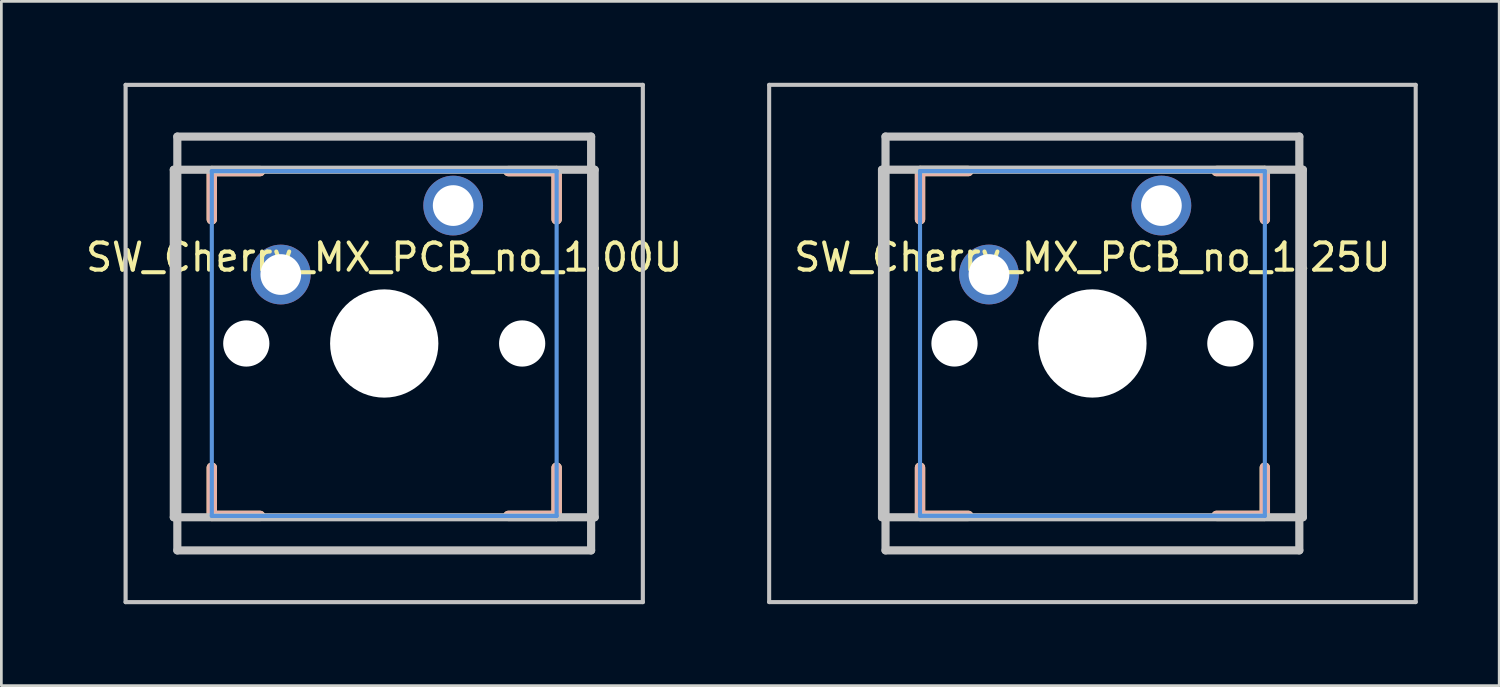
<source format=kicad_pcb>
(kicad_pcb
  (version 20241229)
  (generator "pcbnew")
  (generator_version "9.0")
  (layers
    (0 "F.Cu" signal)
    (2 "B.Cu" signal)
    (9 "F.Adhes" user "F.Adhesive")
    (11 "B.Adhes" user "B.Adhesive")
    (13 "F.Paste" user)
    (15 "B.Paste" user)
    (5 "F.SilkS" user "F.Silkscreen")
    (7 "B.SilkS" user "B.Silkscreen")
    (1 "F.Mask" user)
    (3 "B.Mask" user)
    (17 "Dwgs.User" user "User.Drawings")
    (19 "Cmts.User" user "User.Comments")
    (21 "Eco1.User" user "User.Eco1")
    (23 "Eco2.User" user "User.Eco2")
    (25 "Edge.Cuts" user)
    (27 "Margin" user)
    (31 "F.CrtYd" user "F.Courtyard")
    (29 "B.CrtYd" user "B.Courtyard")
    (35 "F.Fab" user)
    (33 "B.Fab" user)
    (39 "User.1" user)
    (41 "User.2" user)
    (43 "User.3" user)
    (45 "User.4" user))
  (footprint "SW_Cherry_MX_PCB_no_1.00U"
    (layer "F.Cu")
    (at 11.101 9.601)
    (property "Reference" "SW_Cherry_MX_PCB_no_1.00U" (at 0 -3.175 0) (layer "F.SilkS") (effects (font (size 1 1) (thickness 0.15))))
    (attr exclude_from_pos_files exclude_from_bom)
    (fp_line (start -6.35 -6.35) (end -4.572 -6.35) (stroke (width 0.381) (type solid)) (layer "F.SilkS"))
    (fp_line (start -6.35 -4.572) (end -6.35 -6.35) (stroke (width 0.381) (type solid)) (layer "F.SilkS"))
    (fp_line (start -6.35 6.35) (end -6.35 4.572) (stroke (width 0.381) (type solid)) (layer "F.SilkS"))
    (fp_line (start -4.572 6.35) (end -6.35 6.35) (stroke (width 0.381) (type solid)) (layer "F.SilkS"))
    (fp_line (start 4.572 -6.35) (end 6.35 -6.35) (stroke (width 0.381) (type solid)) (layer "F.SilkS"))
    (fp_line (start 6.35 -6.35) (end 6.35 -4.572) (stroke (width 0.381) (type solid)) (layer "F.SilkS"))
    (fp_line (start 6.35 4.572) (end 6.35 6.35) (stroke (width 0.381) (type solid)) (layer "F.SilkS"))
    (fp_line (start 6.35 6.35) (end 4.572 6.35) (stroke (width 0.381) (type solid)) (layer "F.SilkS"))
    (fp_line (start -6.35 -6.35) (end -6.35 -4.572) (stroke (width 0.381) (type solid)) (layer "B.SilkS"))
    (fp_line (start -6.35 4.572) (end -6.35 6.35) (stroke (width 0.381) (type solid)) (layer "B.SilkS"))
    (fp_line (start -6.35 6.35) (end -4.572 6.35) (stroke (width 0.381) (type solid)) (layer "B.SilkS"))
    (fp_line (start -4.572 -6.35) (end -6.35 -6.35) (stroke (width 0.381) (type solid)) (layer "B.SilkS"))
    (fp_line (start 4.572 6.35) (end 6.35 6.35) (stroke (width 0.381) (type solid)) (layer "B.SilkS"))
    (fp_line (start 6.35 -6.35) (end 4.572 -6.35) (stroke (width 0.381) (type solid)) (layer "B.SilkS"))
    (fp_line (start 6.35 -4.572) (end 6.35 -6.35) (stroke (width 0.381) (type solid)) (layer "B.SilkS"))
    (fp_line (start 6.35 6.35) (end 6.35 4.572) (stroke (width 0.381) (type solid)) (layer "B.SilkS"))
    (fp_line (start -9.525 -9.525) (end 9.525 -9.525) (stroke (width 0.152) (type solid)) (layer "Dwgs.User"))
    (fp_line (start -9.525 9.525) (end -9.525 -9.525) (stroke (width 0.152) (type solid)) (layer "Dwgs.User"))
    (fp_line (start -7.75 6.4) (end -7.75 -6.4) (stroke (width 0.3) (type solid)) (layer "Dwgs.User"))
    (fp_line (start -7.75 6.4) (end 7.75 6.4) (stroke (width 0.3) (type solid)) (layer "Dwgs.User"))
    (fp_line (start -7.62 -7.62) (end 7.62 -7.62) (stroke (width 0.3) (type solid)) (layer "Dwgs.User"))
    (fp_line (start -7.62 7.62) (end -7.62 -7.62) (stroke (width 0.3) (type solid)) (layer "Dwgs.User"))
    (fp_line (start 7.62 -7.62) (end 7.62 7.62) (stroke (width 0.3) (type solid)) (layer "Dwgs.User"))
    (fp_line (start 7.62 7.62) (end -7.62 7.62) (stroke (width 0.3) (type solid)) (layer "Dwgs.User"))
    (fp_line (start 7.75 -6.4) (end -7.75 -6.4) (stroke (width 0.3) (type solid)) (layer "Dwgs.User"))
    (fp_line (start 7.75 6.4) (end 7.75 -6.4) (stroke (width 0.3) (type solid)) (layer "Dwgs.User"))
    (fp_line (start 9.525 -9.525) (end 9.525 9.525) (stroke (width 0.152) (type solid)) (layer "Dwgs.User"))
    (fp_line (start 9.525 9.525) (end -9.525 9.525) (stroke (width 0.152) (type solid)) (layer "Dwgs.User"))
    (fp_line (start -6.35 -6.35) (end 6.35 -6.35) (stroke (width 0.152) (type solid)) (layer "Cmts.User"))
    (fp_line (start -6.35 6.35) (end -6.35 -6.35) (stroke (width 0.152) (type solid)) (layer "Cmts.User"))
    (fp_line (start 6.35 -6.35) (end 6.35 6.35) (stroke (width 0.152) (type solid)) (layer "Cmts.User"))
    (fp_line (start 6.35 6.35) (end -6.35 6.35) (stroke (width 0.152) (type solid)) (layer "Cmts.User"))
    (fp_line (start -6.985 -6.985) (end 6.985 -6.985) (stroke (width 0.152) (type solid)) (layer "Eco2.User"))
    (fp_line (start -6.985 6.985) (end -6.985 -6.985) (stroke (width 0.152) (type solid)) (layer "Eco2.User"))
    (fp_line (start 6.985 -6.985) (end 6.985 6.985) (stroke (width 0.152) (type solid)) (layer "Eco2.User"))
    (fp_line (start 6.985 6.985) (end -6.985 6.985) (stroke (width 0.152) (type solid)) (layer "Eco2.User"))
    (pad "" np_thru_hole circle (at -5.08 0) (size 1.702 1.702) (drill 1.702) (layers "*.Cu" "*.Mask"))
    (pad "" np_thru_hole circle (at 0 0) (size 3.988 3.988) (drill 3.988) (layers "*.Cu" "*.Mask"))
    (pad "" np_thru_hole circle (at 5.08 0) (size 1.702 1.702) (drill 1.702) (layers "*.Cu" "*.Mask"))
    (pad "1" thru_hole circle (at -3.81 -2.54) (size 2.2 2.2) (drill 1.5) (layers "*.Cu" "*.Mask"))
    (pad "2" thru_hole circle (at 2.54 -5.08) (size 2.2 2.2) (drill 1.5) (layers "*.Cu" "*.Mask")))
  (footprint "SW_Cherry_MX_PCB_no_1.25U"
    (layer "F.Cu")
    (at 37.184 9.6)
    (property "Reference" "SW_Cherry_MX_PCB_no_1.25U" (at 0 -3.175 0) (layer "F.SilkS") (effects (font (size 1 1) (thickness 0.15))))
    (attr exclude_from_pos_files exclude_from_bom)
    (fp_line (start -6.35 -6.35) (end -4.572 -6.35) (stroke (width 0.381) (type solid)) (layer "F.SilkS"))
    (fp_line (start -6.35 -4.572) (end -6.35 -6.35) (stroke (width 0.381) (type solid)) (layer "F.SilkS"))
    (fp_line (start -6.35 6.35) (end -6.35 4.572) (stroke (width 0.381) (type solid)) (layer "F.SilkS"))
    (fp_line (start -4.572 6.35) (end -6.35 6.35) (stroke (width 0.381) (type solid)) (layer "F.SilkS"))
    (fp_line (start 4.572 -6.35) (end 6.35 -6.35) (stroke (width 0.381) (type solid)) (layer "F.SilkS"))
    (fp_line (start 6.35 -6.35) (end 6.35 -4.572) (stroke (width 0.381) (type solid)) (layer "F.SilkS"))
    (fp_line (start 6.35 4.572) (end 6.35 6.35) (stroke (width 0.381) (type solid)) (layer "F.SilkS"))
    (fp_line (start 6.35 6.35) (end 4.572 6.35) (stroke (width 0.381) (type solid)) (layer "F.SilkS"))
    (fp_line (start -6.35 -6.35) (end -6.35 -4.572) (stroke (width 0.381) (type solid)) (layer "B.SilkS"))
    (fp_line (start -6.35 4.572) (end -6.35 6.35) (stroke (width 0.381) (type solid)) (layer "B.SilkS"))
    (fp_line (start -6.35 6.35) (end -4.572 6.35) (stroke (width 0.381) (type solid)) (layer "B.SilkS"))
    (fp_line (start -4.572 -6.35) (end -6.35 -6.35) (stroke (width 0.381) (type solid)) (layer "B.SilkS"))
    (fp_line (start 4.572 6.35) (end 6.35 6.35) (stroke (width 0.381) (type solid)) (layer "B.SilkS"))
    (fp_line (start 6.35 -6.35) (end 4.572 -6.35) (stroke (width 0.381) (type solid)) (layer "B.SilkS"))
    (fp_line (start 6.35 -4.572) (end 6.35 -6.35) (stroke (width 0.381) (type solid)) (layer "B.SilkS"))
    (fp_line (start 6.35 6.35) (end 6.35 4.572) (stroke (width 0.381) (type solid)) (layer "B.SilkS"))
    (fp_line (start -11.906 -9.525) (end 11.906 -9.525) (stroke (width 0.15) (type solid)) (layer "Dwgs.User"))
    (fp_line (start -11.906 9.525) (end -11.906 -9.525) (stroke (width 0.15) (type solid)) (layer "Dwgs.User"))
    (fp_line (start -7.75 6.4) (end -7.75 -6.4) (stroke (width 0.3) (type solid)) (layer "Dwgs.User"))
    (fp_line (start -7.75 6.4) (end 7.75 6.4) (stroke (width 0.3) (type solid)) (layer "Dwgs.User"))
    (fp_line (start -7.62 -7.62) (end 7.62 -7.62) (stroke (width 0.3) (type solid)) (layer "Dwgs.User"))
    (fp_line (start -7.62 7.62) (end -7.62 -7.62) (stroke (width 0.3) (type solid)) (layer "Dwgs.User"))
    (fp_line (start 7.62 -7.62) (end 7.62 7.62) (stroke (width 0.3) (type solid)) (layer "Dwgs.User"))
    (fp_line (start 7.62 7.62) (end -7.62 7.62) (stroke (width 0.3) (type solid)) (layer "Dwgs.User"))
    (fp_line (start 7.75 -6.4) (end -7.75 -6.4) (stroke (width 0.3) (type solid)) (layer "Dwgs.User"))
    (fp_line (start 7.75 6.4) (end 7.75 -6.4) (stroke (width 0.3) (type solid)) (layer "Dwgs.User"))
    (fp_line (start 11.906 -9.525) (end 11.906 9.525) (stroke (width 0.15) (type solid)) (layer "Dwgs.User"))
    (fp_line (start 11.906 9.525) (end -11.906 9.525) (stroke (width 0.15) (type solid)) (layer "Dwgs.User"))
    (fp_line (start -6.35 -6.35) (end 6.35 -6.35) (stroke (width 0.152) (type solid)) (layer "Cmts.User"))
    (fp_line (start -6.35 6.35) (end -6.35 -6.35) (stroke (width 0.152) (type solid)) (layer "Cmts.User"))
    (fp_line (start 6.35 -6.35) (end 6.35 6.35) (stroke (width 0.152) (type solid)) (layer "Cmts.User"))
    (fp_line (start 6.35 6.35) (end -6.35 6.35) (stroke (width 0.152) (type solid)) (layer "Cmts.User"))
    (fp_line (start -6.985 -6.985) (end 6.985 -6.985) (stroke (width 0.152) (type solid)) (layer "Eco2.User"))
    (fp_line (start -6.985 6.985) (end -6.985 -6.985) (stroke (width 0.152) (type solid)) (layer "Eco2.User"))
    (fp_line (start 6.985 -6.985) (end 6.985 6.985) (stroke (width 0.152) (type solid)) (layer "Eco2.User"))
    (fp_line (start 6.985 6.985) (end -6.985 6.985) (stroke (width 0.152) (type solid)) (layer "Eco2.User"))
    (pad "" np_thru_hole circle (at -5.08 0) (size 1.702 1.702) (drill 1.702) (layers "*.Cu" "*.Mask"))
    (pad "" np_thru_hole circle (at 0 0) (size 3.988 3.988) (drill 3.988) (layers "*.Cu" "*.Mask"))
    (pad "" np_thru_hole circle (at 5.08 0) (size 1.702 1.702) (drill 1.702) (layers "*.Cu" "*.Mask"))
    (pad "1" thru_hole circle (at -3.81 -2.54) (size 2.2 2.2) (drill 1.5) (layers "*.Cu" "*.Mask"))
    (pad "2" thru_hole circle (at 2.54 -5.08) (size 2.2 2.2) (drill 1.5) (layers "*.Cu" "*.Mask")))
  (gr_rect
    (start -3 -3)
    (end 52.165 22.202)
    (stroke (width 0.1) (type default))
    (fill no)
    (layer "Edge.Cuts")))
</source>
